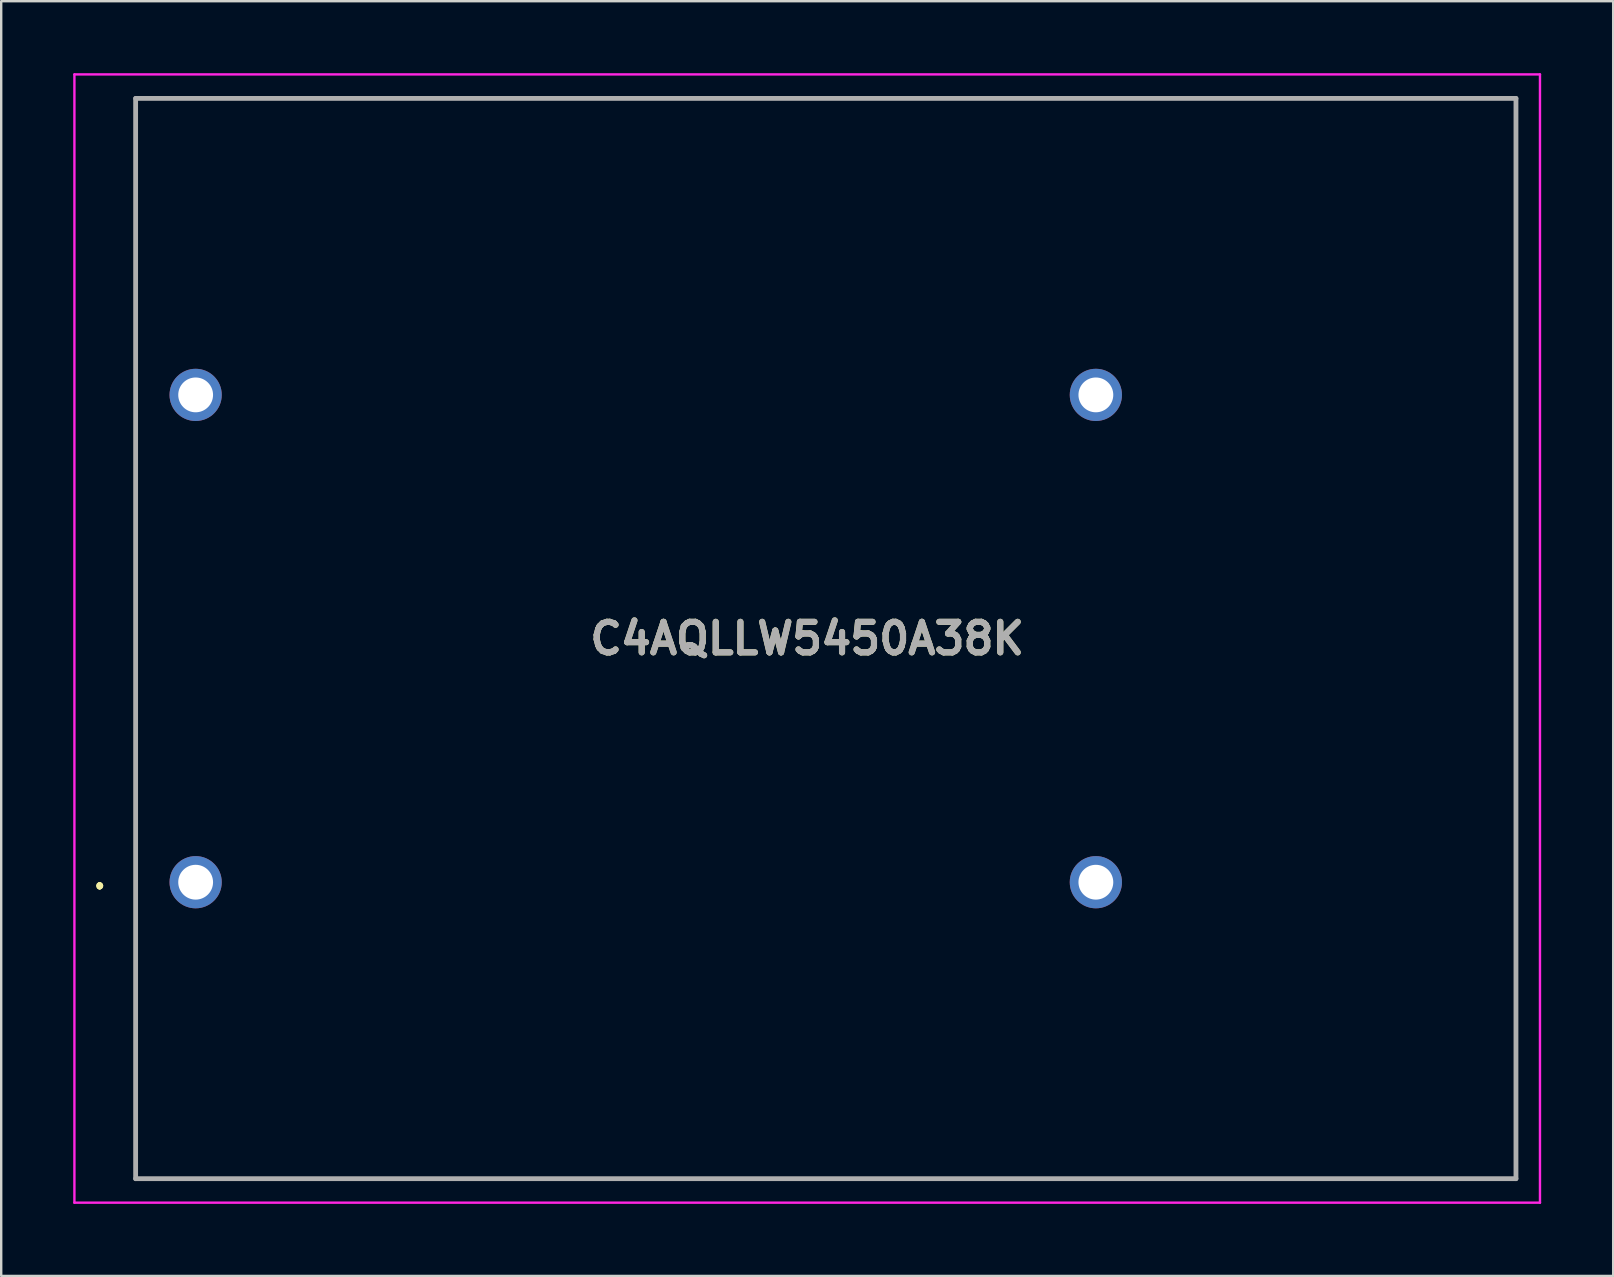
<source format=kicad_pcb>
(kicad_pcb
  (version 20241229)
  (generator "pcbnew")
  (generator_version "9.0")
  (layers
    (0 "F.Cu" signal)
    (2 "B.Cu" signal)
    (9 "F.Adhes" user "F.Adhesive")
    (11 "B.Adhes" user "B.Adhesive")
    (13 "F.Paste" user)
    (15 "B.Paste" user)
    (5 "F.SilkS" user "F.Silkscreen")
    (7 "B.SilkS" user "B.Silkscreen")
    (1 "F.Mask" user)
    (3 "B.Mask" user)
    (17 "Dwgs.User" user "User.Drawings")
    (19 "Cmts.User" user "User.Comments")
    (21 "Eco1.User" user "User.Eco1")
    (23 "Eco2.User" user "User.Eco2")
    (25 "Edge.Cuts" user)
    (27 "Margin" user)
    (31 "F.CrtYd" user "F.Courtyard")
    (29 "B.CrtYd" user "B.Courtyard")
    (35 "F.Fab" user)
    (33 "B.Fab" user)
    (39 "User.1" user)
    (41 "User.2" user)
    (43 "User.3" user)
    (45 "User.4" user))
  (footprint "C4AQLLW5450A38K"
    (layer "F.Cu")
    (at 5.1 33.7)
    (property "Reference" "C4AQLLW5450A38K" (at 25.475 -10.15 180) (layer "F.SilkS") (effects (font (size 1.27 1.27) (thickness 0.254))))
    (attr through_hole)
    (fp_line (start -4 0.1) (end -4 0.1) (stroke (width 0.2) (type solid)) (layer "F.SilkS"))
    (fp_line (start -4 0.2) (end -4 0.2) (stroke (width 0.2) (type solid)) (layer "F.SilkS"))
    (fp_line (start -4 0.2) (end -4 0.2) (stroke (width 0.2) (type solid)) (layer "F.SilkS"))
    (fp_line (start -2.5 -32.65) (end 55 -32.65) (stroke (width 0.1) (type solid)) (layer "F.SilkS"))
    (fp_line (start -2.5 12.35) (end -2.5 -32.65) (stroke (width 0.1) (type solid)) (layer "F.SilkS"))
    (fp_line (start 55 -32.65) (end 55 12.35) (stroke (width 0.1) (type solid)) (layer "F.SilkS"))
    (fp_line (start 55 12.35) (end -2.5 12.35) (stroke (width 0.1) (type solid)) (layer "F.SilkS"))
    (fp_arc (start -4 0.1) (mid -3.95 0.15) (end -4 0.2) (stroke (width 0.2) (type solid)) (layer "F.SilkS"))
    (fp_arc (start -4 0.1) (mid -3.95 0.15) (end -4 0.2) (stroke (width 0.2) (type solid)) (layer "F.SilkS"))
    (fp_arc (start -4 0.2) (mid -4.05 0.15) (end -4 0.1) (stroke (width 0.2) (type solid)) (layer "F.SilkS"))
    (fp_line (start -5.05 -33.65) (end 56 -33.65) (stroke (width 0.1) (type solid)) (layer "F.CrtYd"))
    (fp_line (start -5.05 13.35) (end -5.05 -33.65) (stroke (width 0.1) (type solid)) (layer "F.CrtYd"))
    (fp_line (start 56 -33.65) (end 56 13.35) (stroke (width 0.1) (type solid)) (layer "F.CrtYd"))
    (fp_line (start 56 13.35) (end -5.05 13.35) (stroke (width 0.1) (type solid)) (layer "F.CrtYd"))
    (fp_line (start -2.5 -32.65) (end -2.5 12.35) (stroke (width 0.2) (type solid)) (layer "F.Fab"))
    (fp_line (start -2.5 12.35) (end 55 12.35) (stroke (width 0.2) (type solid)) (layer "F.Fab"))
    (fp_line (start 55 -32.65) (end -2.5 -32.65) (stroke (width 0.2) (type solid)) (layer "F.Fab"))
    (fp_line (start 55 12.35) (end 55 -32.65) (stroke (width 0.2) (type solid)) (layer "F.Fab"))
    (fp_text user "${REFERENCE}" (at 25.475 -10.15 180) (layer "F.Fab") (effects (font (size 1.27 1.27) (thickness 0.254))))
    (pad "1" thru_hole circle (at 0 0) (size 2.175 2.175) (drill 1.45) (layers "*.Cu" "*.Mask"))
    (pad "2" thru_hole circle (at 37.5 0) (size 2.175 2.175) (drill 1.45) (layers "*.Cu" "*.Mask"))
    (pad "3" thru_hole circle (at 37.5 -20.3) (size 2.175 2.175) (drill 1.45) (layers "*.Cu" "*.Mask"))
    (pad "4" thru_hole circle (at 0 -20.3) (size 2.175 2.175) (drill 1.45) (layers "*.Cu" "*.Mask")))
  (gr_rect
    (start -3 -3)
    (end 64.15 50.1)
    (stroke (width 0.1) (type default))
    (fill no)
    (layer "Edge.Cuts")))
</source>
